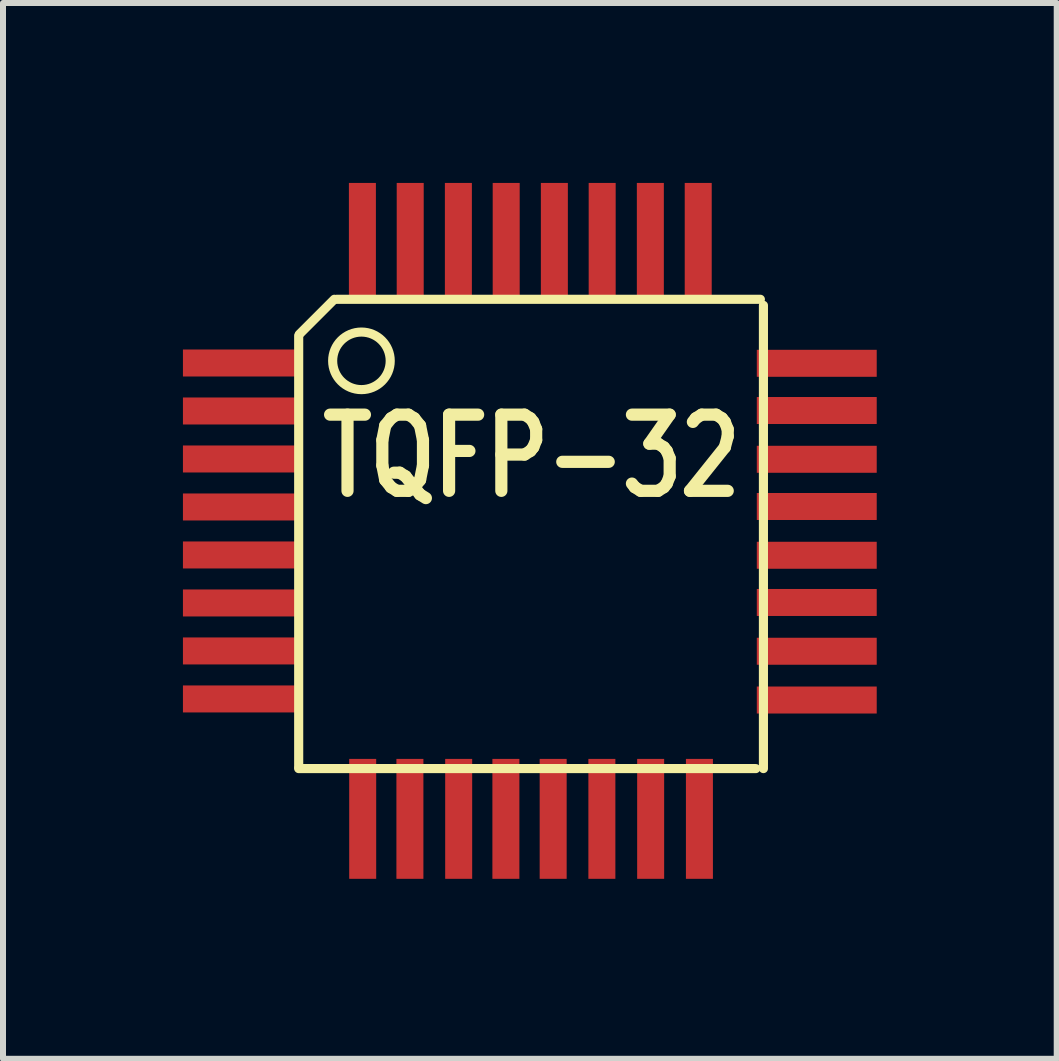
<source format=kicad_pcb>
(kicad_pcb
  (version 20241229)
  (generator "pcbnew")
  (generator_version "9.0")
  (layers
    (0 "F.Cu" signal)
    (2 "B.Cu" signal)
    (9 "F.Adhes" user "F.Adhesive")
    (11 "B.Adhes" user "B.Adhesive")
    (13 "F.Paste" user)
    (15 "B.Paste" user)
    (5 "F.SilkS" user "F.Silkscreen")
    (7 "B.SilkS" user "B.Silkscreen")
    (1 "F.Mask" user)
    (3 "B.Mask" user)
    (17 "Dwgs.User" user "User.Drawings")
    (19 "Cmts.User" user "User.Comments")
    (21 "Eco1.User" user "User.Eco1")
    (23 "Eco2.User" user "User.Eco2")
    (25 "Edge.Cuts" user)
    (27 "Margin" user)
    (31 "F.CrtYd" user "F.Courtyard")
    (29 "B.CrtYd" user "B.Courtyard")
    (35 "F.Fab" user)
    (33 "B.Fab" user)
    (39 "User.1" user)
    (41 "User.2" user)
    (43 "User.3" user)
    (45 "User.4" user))
  (footprint "TQFP-32"
    (layer "F.Cu")
    (at 5.815 5.825)
    (property "Reference" "TQFP-32" (at 0 -1.27 0) (layer "F.SilkS") (effects (font (size 1.27 1.016) (thickness 0.203))))
    (attr through_hole)
    (fp_line (start -3.886 -3.277) (end -3.886 3.912) (stroke (width 0.152) (type solid)) (layer "F.SilkS"))
    (fp_line (start -3.886 3.937) (end 3.734 3.937) (stroke (width 0.152) (type solid)) (layer "F.SilkS"))
    (fp_line (start -3.876 -3.302) (end -3.292 -3.886) (stroke (width 0.152) (type solid)) (layer "F.SilkS"))
    (fp_line (start -3.251 -3.886) (end 3.81 -3.886) (stroke (width 0.152) (type solid)) (layer "F.SilkS"))
    (fp_line (start 3.861 3.937) (end 3.861 -3.785) (stroke (width 0.152) (type solid)) (layer "F.SilkS"))
    (fp_circle (center -2.84 -2.86) (end -2.433 -2.606) (stroke (width 0.152) (type solid)) (fill no) (layer "F.SilkS"))
    (pad "1" smd rect (at -4.816 -2.824) (size 1.999 0.45) (layers "F.Cu" "F.Mask" "F.Paste"))
    (pad "2" smd rect (at -4.816 -2.024) (size 1.999 0.45) (layers "F.Cu" "F.Mask" "F.Paste"))
    (pad "3" smd rect (at -4.816 -1.224) (size 1.999 0.45) (layers "F.Cu" "F.Mask" "F.Paste"))
    (pad "4" smd rect (at -4.816 -0.424) (size 1.999 0.45) (layers "F.Cu" "F.Mask" "F.Paste"))
    (pad "5" smd rect (at -4.816 0.376) (size 1.999 0.45) (layers "F.Cu" "F.Mask" "F.Paste"))
    (pad "6" smd rect (at -4.816 1.176) (size 1.999 0.45) (layers "F.Cu" "F.Mask" "F.Paste"))
    (pad "7" smd rect (at -4.816 1.976) (size 1.999 0.45) (layers "F.Cu" "F.Mask" "F.Paste"))
    (pad "8" smd rect (at -4.816 2.776) (size 1.999 0.45) (layers "F.Cu" "F.Mask" "F.Paste"))
    (pad "9" smd rect (at -2.819 4.775) (size 0.45 1.999) (layers "F.Cu" "F.Mask" "F.Paste"))
    (pad "10" smd rect (at -2.032 4.775) (size 0.45 1.999) (layers "F.Cu" "F.Mask" "F.Paste"))
    (pad "11" smd rect (at -1.219 4.775) (size 0.45 1.999) (layers "F.Cu" "F.Mask" "F.Paste"))
    (pad "12" smd rect (at -0.432 4.775) (size 0.45 1.999) (layers "F.Cu" "F.Mask" "F.Paste"))
    (pad "13" smd rect (at 0.356 4.775) (size 0.45 1.999) (layers "F.Cu" "F.Mask" "F.Paste"))
    (pad "14" smd rect (at 1.168 4.775) (size 0.45 1.999) (layers "F.Cu" "F.Mask" "F.Paste"))
    (pad "15" smd rect (at 1.981 4.775) (size 0.45 1.999) (layers "F.Cu" "F.Mask" "F.Paste"))
    (pad "16" smd rect (at 2.794 4.775) (size 0.45 1.999) (layers "F.Cu" "F.Mask" "F.Paste"))
    (pad "17" smd rect (at 4.75 2.794) (size 1.999 0.45) (layers "F.Cu" "F.Mask" "F.Paste"))
    (pad "18" smd rect (at 4.75 1.981) (size 1.999 0.45) (layers "F.Cu" "F.Mask" "F.Paste"))
    (pad "19" smd rect (at 4.75 1.168) (size 1.999 0.45) (layers "F.Cu" "F.Mask" "F.Paste"))
    (pad "20" smd rect (at 4.75 0.381) (size 1.999 0.45) (layers "F.Cu" "F.Mask" "F.Paste"))
    (pad "21" smd rect (at 4.75 -0.432) (size 1.999 0.45) (layers "F.Cu" "F.Mask" "F.Paste"))
    (pad "22" smd rect (at 4.75 -1.219) (size 1.999 0.45) (layers "F.Cu" "F.Mask" "F.Paste"))
    (pad "23" smd rect (at 4.75 -2.032) (size 1.999 0.45) (layers "F.Cu" "F.Mask" "F.Paste"))
    (pad "24" smd rect (at 4.75 -2.819) (size 1.999 0.45) (layers "F.Cu" "F.Mask" "F.Paste"))
    (pad "25" smd rect (at 2.774 -4.826) (size 0.45 1.999) (layers "F.Cu" "F.Mask" "F.Paste"))
    (pad "26" smd rect (at 1.976 -4.826) (size 0.45 1.999) (layers "F.Cu" "F.Mask" "F.Paste"))
    (pad "27" smd rect (at 1.173 -4.826) (size 0.45 1.999) (layers "F.Cu" "F.Mask" "F.Paste"))
    (pad "28" smd rect (at 0.376 -4.826) (size 0.45 1.999) (layers "F.Cu" "F.Mask" "F.Paste"))
    (pad "29" smd rect (at -0.427 -4.826) (size 0.45 1.999) (layers "F.Cu" "F.Mask" "F.Paste"))
    (pad "30" smd rect (at -1.224 -4.826) (size 0.45 1.999) (layers "F.Cu" "F.Mask" "F.Paste"))
    (pad "31" smd rect (at -2.027 -4.826) (size 0.45 1.999) (layers "F.Cu" "F.Mask" "F.Paste"))
    (pad "32" smd rect (at -2.824 -4.826) (size 0.45 1.999) (layers "F.Cu" "F.Mask" "F.Paste")))
  (gr_rect
    (start -3 -3)
    (end 14.565 14.6)
    (stroke (width 0.1) (type default))
    (fill no)
    (layer "Edge.Cuts")))
</source>
